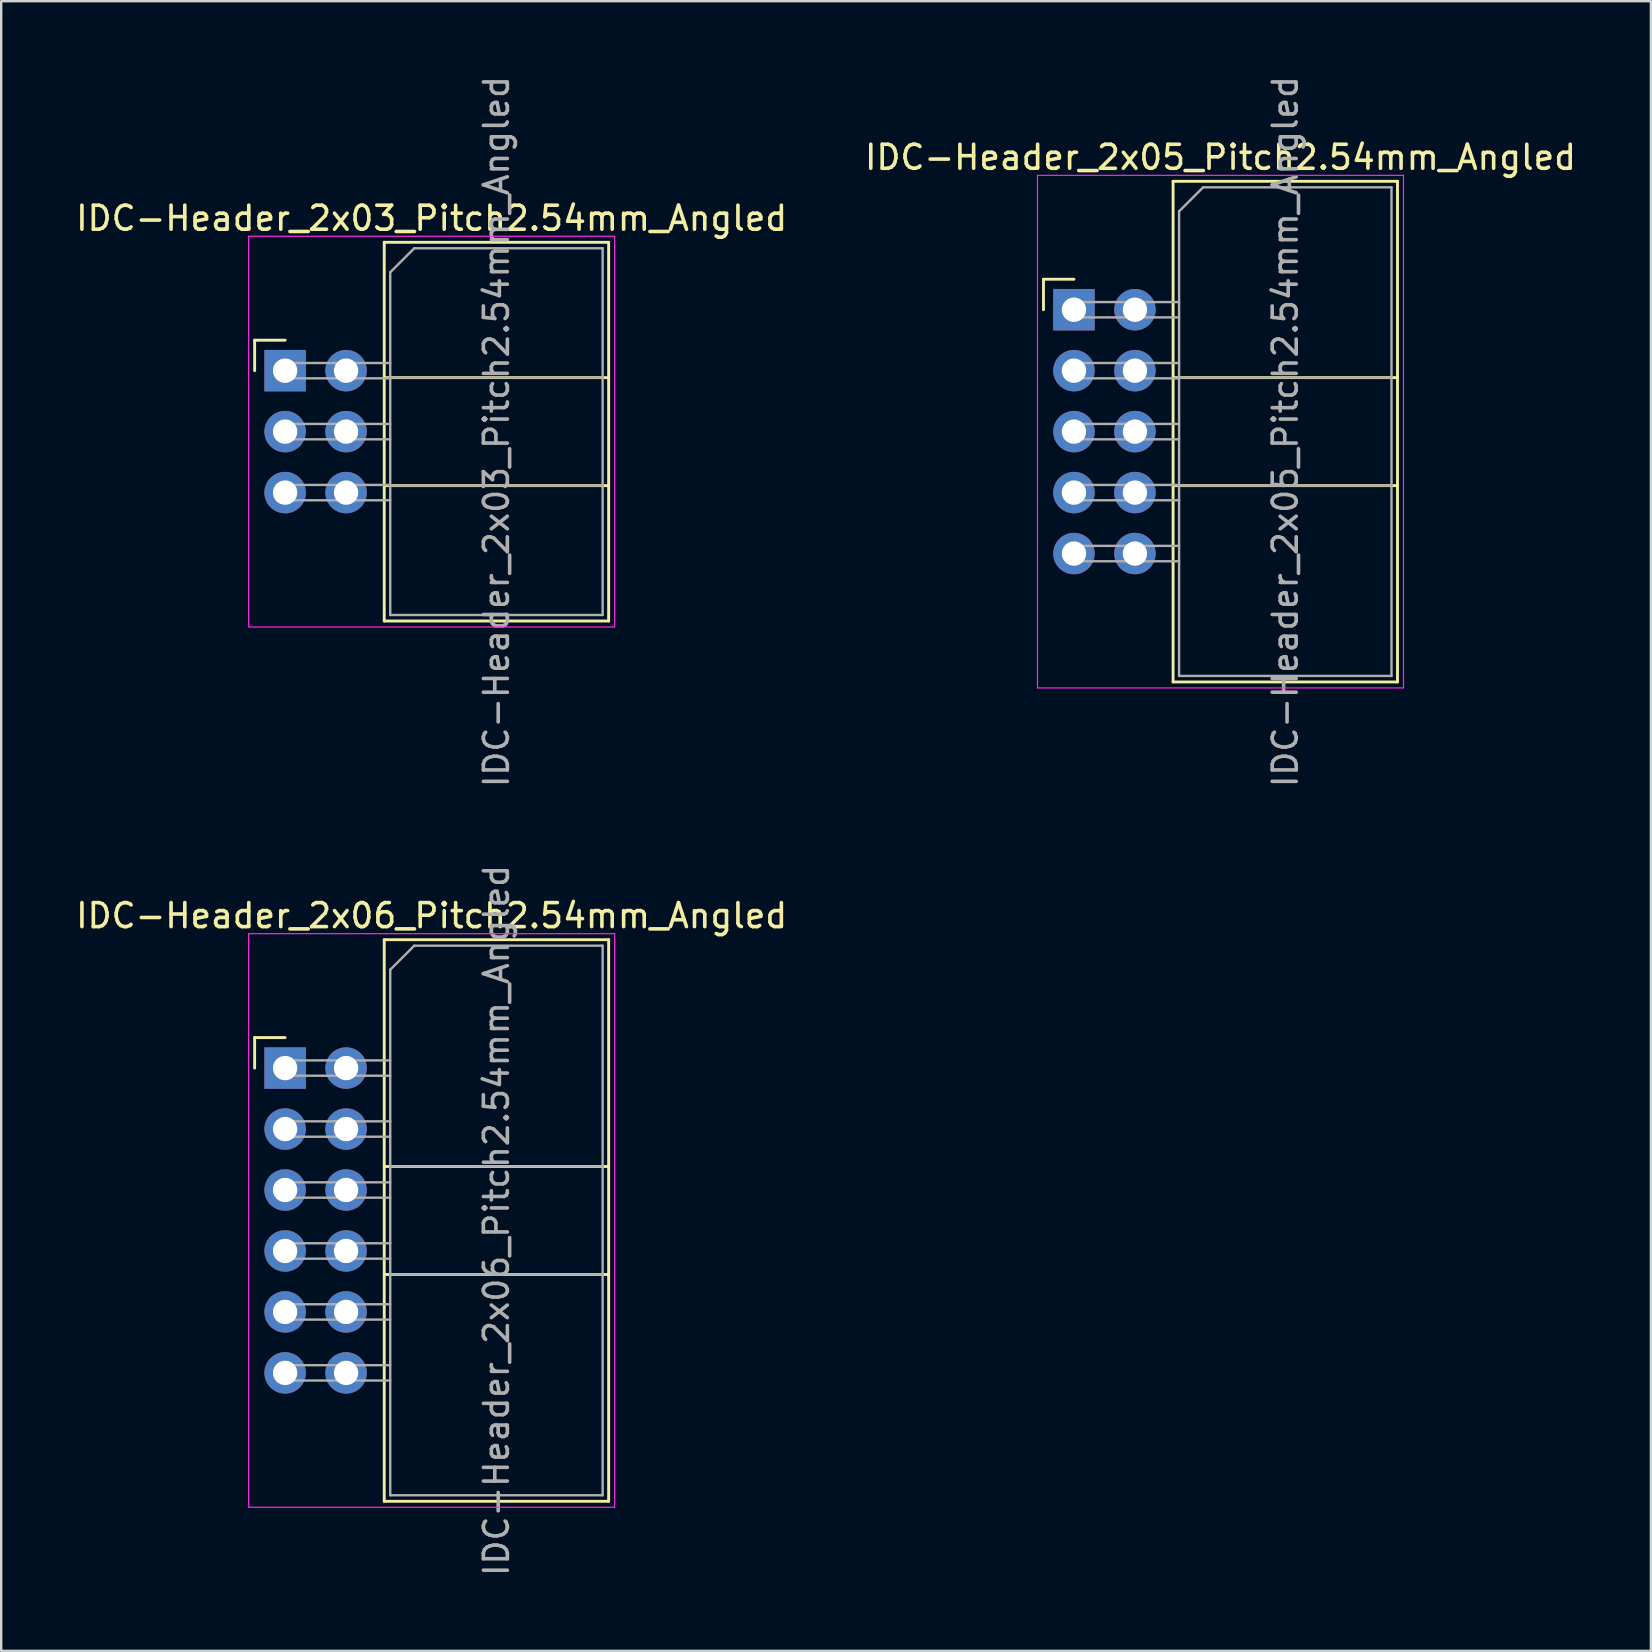
<source format=kicad_pcb>
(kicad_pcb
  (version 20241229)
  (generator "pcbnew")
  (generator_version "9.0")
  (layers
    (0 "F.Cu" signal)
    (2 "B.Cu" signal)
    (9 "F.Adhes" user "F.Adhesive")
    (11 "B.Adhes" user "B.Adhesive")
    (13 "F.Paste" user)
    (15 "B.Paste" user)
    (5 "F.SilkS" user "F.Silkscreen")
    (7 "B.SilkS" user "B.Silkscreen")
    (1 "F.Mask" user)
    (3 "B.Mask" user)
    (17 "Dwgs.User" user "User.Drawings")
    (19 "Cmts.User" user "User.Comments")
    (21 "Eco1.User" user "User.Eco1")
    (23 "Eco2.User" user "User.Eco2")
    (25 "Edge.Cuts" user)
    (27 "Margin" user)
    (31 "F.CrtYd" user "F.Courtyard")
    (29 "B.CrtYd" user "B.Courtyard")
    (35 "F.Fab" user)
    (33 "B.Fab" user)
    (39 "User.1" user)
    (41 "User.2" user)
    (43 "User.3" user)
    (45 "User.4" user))
  (footprint "IDC-Header_2x03_Pitch2.54mm_Angled"
    (layer "F.Cu")
    (at 8.83 12.395)
    (property "Reference" "IDC-Header_2x03_Pitch2.54mm_Angled" (at 6.105 -6.35 0) (layer "F.SilkS") (effects (font (size 1 1) (thickness 0.15))))
    (attr through_hole)
    (fp_line (start -1.27 -1.27) (end -1.27 0) (stroke (width 0.12) (type solid)) (layer "F.SilkS"))
    (fp_line (start 0 -1.27) (end -1.27 -1.27) (stroke (width 0.12) (type solid)) (layer "F.SilkS"))
    (fp_line (start 4.13 -5.35) (end 13.48 -5.35) (stroke (width 0.12) (type solid)) (layer "F.SilkS"))
    (fp_line (start 4.13 0.29) (end 13.48 0.29) (stroke (width 0.12) (type solid)) (layer "F.SilkS"))
    (fp_line (start 4.13 4.79) (end 13.48 4.79) (stroke (width 0.12) (type solid)) (layer "F.SilkS"))
    (fp_line (start 4.13 10.43) (end 4.13 -5.35) (stroke (width 0.12) (type solid)) (layer "F.SilkS"))
    (fp_line (start 4.13 10.43) (end 13.48 10.43) (stroke (width 0.12) (type solid)) (layer "F.SilkS"))
    (fp_line (start 13.48 -5.35) (end 13.48 10.43) (stroke (width 0.12) (type solid)) (layer "F.SilkS"))
    (fp_line (start -1.52 -5.6) (end 13.73 -5.6) (stroke (width 0.05) (type solid)) (layer "F.CrtYd"))
    (fp_line (start -1.52 10.66) (end -1.52 -5.6) (stroke (width 0.05) (type solid)) (layer "F.CrtYd"))
    (fp_line (start 13.73 -5.6) (end 13.73 10.68) (stroke (width 0.05) (type solid)) (layer "F.CrtYd"))
    (fp_line (start 13.73 10.68) (end -1.52 10.68) (stroke (width 0.05) (type solid)) (layer "F.CrtYd"))
    (fp_line (start -0.32 -0.32) (end -0.32 0.32) (stroke (width 0.1) (type solid)) (layer "F.Fab"))
    (fp_line (start -0.32 0.32) (end 4.38 0.32) (stroke (width 0.1) (type solid)) (layer "F.Fab"))
    (fp_line (start -0.32 2.22) (end -0.32 2.86) (stroke (width 0.1) (type solid)) (layer "F.Fab"))
    (fp_line (start -0.32 2.86) (end 4.38 2.86) (stroke (width 0.1) (type solid)) (layer "F.Fab"))
    (fp_line (start -0.32 4.76) (end -0.32 5.4) (stroke (width 0.1) (type solid)) (layer "F.Fab"))
    (fp_line (start -0.32 5.4) (end 4.38 5.4) (stroke (width 0.1) (type solid)) (layer "F.Fab"))
    (fp_line (start 4.38 -4.1) (end 5.38 -5.1) (stroke (width 0.1) (type solid)) (layer "F.Fab"))
    (fp_line (start 4.38 -0.32) (end -0.32 -0.32) (stroke (width 0.1) (type solid)) (layer "F.Fab"))
    (fp_line (start 4.38 0.29) (end 13.23 0.29) (stroke (width 0.1) (type solid)) (layer "F.Fab"))
    (fp_line (start 4.38 2.22) (end -0.32 2.22) (stroke (width 0.1) (type solid)) (layer "F.Fab"))
    (fp_line (start 4.38 4.76) (end -0.32 4.76) (stroke (width 0.1) (type solid)) (layer "F.Fab"))
    (fp_line (start 4.38 4.79) (end 13.23 4.79) (stroke (width 0.1) (type solid)) (layer "F.Fab"))
    (fp_line (start 4.38 10.18) (end 4.38 -4.1) (stroke (width 0.1) (type solid)) (layer "F.Fab"))
    (fp_line (start 4.38 10.18) (end 13.23 10.18) (stroke (width 0.1) (type solid)) (layer "F.Fab"))
    (fp_line (start 5.38 -5.1) (end 13.23 -5.1) (stroke (width 0.1) (type solid)) (layer "F.Fab"))
    (fp_line (start 13.23 10.18) (end 13.23 -5.1) (stroke (width 0.1) (type solid)) (layer "F.Fab"))
    (fp_text user "${REFERENCE}" (at 8.805 2.54 90) (layer "F.Fab") (effects (font (size 1 1) (thickness 0.15))))
    (pad "1" thru_hole rect (at 0 0) (size 1.727 1.727) (drill 1.016) (layers "*.Cu" "*.Mask"))
    (pad "2" thru_hole oval (at 2.54 0) (size 1.727 1.727) (drill 1.016) (layers "*.Cu" "*.Mask"))
    (pad "3" thru_hole oval (at 0 2.54) (size 1.727 1.727) (drill 1.016) (layers "*.Cu" "*.Mask"))
    (pad "4" thru_hole oval (at 2.54 2.54) (size 1.727 1.727) (drill 1.016) (layers "*.Cu" "*.Mask"))
    (pad "5" thru_hole oval (at 0 5.08) (size 1.727 1.727) (drill 1.016) (layers "*.Cu" "*.Mask"))
    (pad "6" thru_hole oval (at 2.54 5.08) (size 1.727 1.727) (drill 1.016) (layers "*.Cu" "*.Mask")))
  (footprint "IDC-Header_2x05_Pitch2.54mm_Angled"
    (layer "F.Cu")
    (at 41.699 9.855)
    (property "Reference" "IDC-Header_2x05_Pitch2.54mm_Angled" (at 6.105 -6.35 0) (layer "F.SilkS") (effects (font (size 1 1) (thickness 0.15))))
    (attr through_hole)
    (fp_line (start -1.27 -1.27) (end -1.27 0) (stroke (width 0.12) (type solid)) (layer "F.SilkS"))
    (fp_line (start 0 -1.27) (end -1.27 -1.27) (stroke (width 0.12) (type solid)) (layer "F.SilkS"))
    (fp_line (start 4.13 -5.35) (end 13.48 -5.35) (stroke (width 0.12) (type solid)) (layer "F.SilkS"))
    (fp_line (start 4.13 2.83) (end 13.48 2.83) (stroke (width 0.12) (type solid)) (layer "F.SilkS"))
    (fp_line (start 4.13 7.33) (end 13.48 7.33) (stroke (width 0.12) (type solid)) (layer "F.SilkS"))
    (fp_line (start 4.13 15.51) (end 4.13 -5.35) (stroke (width 0.12) (type solid)) (layer "F.SilkS"))
    (fp_line (start 4.13 15.51) (end 13.48 15.51) (stroke (width 0.12) (type solid)) (layer "F.SilkS"))
    (fp_line (start 13.48 -5.35) (end 13.48 15.51) (stroke (width 0.12) (type solid)) (layer "F.SilkS"))
    (fp_line (start -1.52 -5.6) (end 13.73 -5.6) (stroke (width 0.05) (type solid)) (layer "F.CrtYd"))
    (fp_line (start -1.52 15.76) (end -1.52 -5.6) (stroke (width 0.05) (type solid)) (layer "F.CrtYd"))
    (fp_line (start 13.73 -5.6) (end 13.73 15.76) (stroke (width 0.05) (type solid)) (layer "F.CrtYd"))
    (fp_line (start 13.73 15.76) (end -1.52 15.76) (stroke (width 0.05) (type solid)) (layer "F.CrtYd"))
    (fp_line (start -0.32 -0.32) (end -0.32 0.32) (stroke (width 0.1) (type solid)) (layer "F.Fab"))
    (fp_line (start -0.32 0.32) (end 4.38 0.32) (stroke (width 0.1) (type solid)) (layer "F.Fab"))
    (fp_line (start -0.32 2.22) (end -0.32 2.86) (stroke (width 0.1) (type solid)) (layer "F.Fab"))
    (fp_line (start -0.32 2.86) (end 4.38 2.86) (stroke (width 0.1) (type solid)) (layer "F.Fab"))
    (fp_line (start -0.32 4.76) (end -0.32 5.4) (stroke (width 0.1) (type solid)) (layer "F.Fab"))
    (fp_line (start -0.32 5.4) (end 4.38 5.4) (stroke (width 0.1) (type solid)) (layer "F.Fab"))
    (fp_line (start -0.32 7.3) (end -0.32 7.94) (stroke (width 0.1) (type solid)) (layer "F.Fab"))
    (fp_line (start -0.32 7.94) (end 4.38 7.94) (stroke (width 0.1) (type solid)) (layer "F.Fab"))
    (fp_line (start -0.32 9.84) (end -0.32 10.48) (stroke (width 0.1) (type solid)) (layer "F.Fab"))
    (fp_line (start -0.32 10.48) (end 4.38 10.48) (stroke (width 0.1) (type solid)) (layer "F.Fab"))
    (fp_line (start 4.38 -4.1) (end 5.38 -5.1) (stroke (width 0.1) (type solid)) (layer "F.Fab"))
    (fp_line (start 4.38 -0.32) (end -0.32 -0.32) (stroke (width 0.1) (type solid)) (layer "F.Fab"))
    (fp_line (start 4.38 2.22) (end -0.32 2.22) (stroke (width 0.1) (type solid)) (layer "F.Fab"))
    (fp_line (start 4.38 2.83) (end 13.23 2.83) (stroke (width 0.1) (type solid)) (layer "F.Fab"))
    (fp_line (start 4.38 4.76) (end -0.32 4.76) (stroke (width 0.1) (type solid)) (layer "F.Fab"))
    (fp_line (start 4.38 7.3) (end -0.32 7.3) (stroke (width 0.1) (type solid)) (layer "F.Fab"))
    (fp_line (start 4.38 7.33) (end 13.23 7.33) (stroke (width 0.1) (type solid)) (layer "F.Fab"))
    (fp_line (start 4.38 9.84) (end -0.32 9.84) (stroke (width 0.1) (type solid)) (layer "F.Fab"))
    (fp_line (start 4.38 15.26) (end 4.38 -4.1) (stroke (width 0.1) (type solid)) (layer "F.Fab"))
    (fp_line (start 4.38 15.26) (end 13.23 15.26) (stroke (width 0.1) (type solid)) (layer "F.Fab"))
    (fp_line (start 5.38 -5.1) (end 13.23 -5.1) (stroke (width 0.1) (type solid)) (layer "F.Fab"))
    (fp_line (start 13.23 15.26) (end 13.23 -5.1) (stroke (width 0.1) (type solid)) (layer "F.Fab"))
    (fp_text user "${REFERENCE}" (at 8.805 5.08 90) (layer "F.Fab") (effects (font (size 1 1) (thickness 0.15))))
    (pad "1" thru_hole rect (at 0 0) (size 1.727 1.727) (drill 1.016) (layers "*.Cu" "*.Mask"))
    (pad "2" thru_hole oval (at 2.54 0) (size 1.727 1.727) (drill 1.016) (layers "*.Cu" "*.Mask"))
    (pad "3" thru_hole oval (at 0 2.54) (size 1.727 1.727) (drill 1.016) (layers "*.Cu" "*.Mask"))
    (pad "4" thru_hole oval (at 2.54 2.54) (size 1.727 1.727) (drill 1.016) (layers "*.Cu" "*.Mask"))
    (pad "5" thru_hole oval (at 0 5.08) (size 1.727 1.727) (drill 1.016) (layers "*.Cu" "*.Mask"))
    (pad "6" thru_hole oval (at 2.54 5.08) (size 1.727 1.727) (drill 1.016) (layers "*.Cu" "*.Mask"))
    (pad "7" thru_hole oval (at 0 7.62) (size 1.727 1.727) (drill 1.016) (layers "*.Cu" "*.Mask"))
    (pad "8" thru_hole oval (at 2.54 7.62) (size 1.727 1.727) (drill 1.016) (layers "*.Cu" "*.Mask"))
    (pad "9" thru_hole oval (at 0 10.16) (size 1.727 1.727) (drill 1.016) (layers "*.Cu" "*.Mask"))
    (pad "10" thru_hole oval (at 2.54 10.16) (size 1.727 1.727) (drill 1.016) (layers "*.Cu" "*.Mask")))
  (footprint "IDC-Header_2x06_Pitch2.54mm_Angled"
    (layer "F.Cu")
    (at 8.83 41.454)
    (property "Reference" "IDC-Header_2x06_Pitch2.54mm_Angled" (at 6.105 -6.35 0) (layer "F.SilkS") (effects (font (size 1 1) (thickness 0.15))))
    (attr through_hole)
    (fp_line (start -1.27 -1.27) (end -1.27 0) (stroke (width 0.12) (type solid)) (layer "F.SilkS"))
    (fp_line (start 0 -1.27) (end -1.27 -1.27) (stroke (width 0.12) (type solid)) (layer "F.SilkS"))
    (fp_line (start 4.13 -5.35) (end 13.48 -5.35) (stroke (width 0.12) (type solid)) (layer "F.SilkS"))
    (fp_line (start 4.13 4.1) (end 13.48 4.1) (stroke (width 0.12) (type solid)) (layer "F.SilkS"))
    (fp_line (start 4.13 8.6) (end 13.48 8.6) (stroke (width 0.12) (type solid)) (layer "F.SilkS"))
    (fp_line (start 4.13 18.05) (end 4.13 -5.35) (stroke (width 0.12) (type solid)) (layer "F.SilkS"))
    (fp_line (start 4.13 18.05) (end 13.48 18.05) (stroke (width 0.12) (type solid)) (layer "F.SilkS"))
    (fp_line (start 13.48 -5.35) (end 13.48 18.05) (stroke (width 0.12) (type solid)) (layer "F.SilkS"))
    (fp_line (start -1.52 -5.6) (end 13.73 -5.6) (stroke (width 0.05) (type solid)) (layer "F.CrtYd"))
    (fp_line (start -1.52 18.3) (end -1.52 -5.6) (stroke (width 0.05) (type solid)) (layer "F.CrtYd"))
    (fp_line (start 13.73 -5.6) (end 13.73 18.3) (stroke (width 0.05) (type solid)) (layer "F.CrtYd"))
    (fp_line (start 13.73 18.3) (end -1.52 18.3) (stroke (width 0.05) (type solid)) (layer "F.CrtYd"))
    (fp_line (start -0.32 -0.32) (end -0.32 0.32) (stroke (width 0.1) (type solid)) (layer "F.Fab"))
    (fp_line (start -0.32 0.32) (end 4.38 0.32) (stroke (width 0.1) (type solid)) (layer "F.Fab"))
    (fp_line (start -0.32 2.22) (end -0.32 2.86) (stroke (width 0.1) (type solid)) (layer "F.Fab"))
    (fp_line (start -0.32 2.86) (end 4.38 2.86) (stroke (width 0.1) (type solid)) (layer "F.Fab"))
    (fp_line (start -0.32 4.76) (end -0.32 5.4) (stroke (width 0.1) (type solid)) (layer "F.Fab"))
    (fp_line (start -0.32 5.4) (end 4.38 5.4) (stroke (width 0.1) (type solid)) (layer "F.Fab"))
    (fp_line (start -0.32 7.3) (end -0.32 7.94) (stroke (width 0.1) (type solid)) (layer "F.Fab"))
    (fp_line (start -0.32 7.94) (end 4.38 7.94) (stroke (width 0.1) (type solid)) (layer "F.Fab"))
    (fp_line (start -0.32 9.84) (end -0.32 10.48) (stroke (width 0.1) (type solid)) (layer "F.Fab"))
    (fp_line (start -0.32 10.48) (end 4.38 10.48) (stroke (width 0.1) (type solid)) (layer "F.Fab"))
    (fp_line (start -0.32 12.38) (end -0.32 13.02) (stroke (width 0.1) (type solid)) (layer "F.Fab"))
    (fp_line (start -0.32 13.02) (end 4.38 13.02) (stroke (width 0.1) (type solid)) (layer "F.Fab"))
    (fp_line (start 4.38 -4.1) (end 5.38 -5.1) (stroke (width 0.1) (type solid)) (layer "F.Fab"))
    (fp_line (start 4.38 -0.32) (end -0.32 -0.32) (stroke (width 0.1) (type solid)) (layer "F.Fab"))
    (fp_line (start 4.38 2.22) (end -0.32 2.22) (stroke (width 0.1) (type solid)) (layer "F.Fab"))
    (fp_line (start 4.38 4.1) (end 13.23 4.1) (stroke (width 0.1) (type solid)) (layer "F.Fab"))
    (fp_line (start 4.38 4.76) (end -0.32 4.76) (stroke (width 0.1) (type solid)) (layer "F.Fab"))
    (fp_line (start 4.38 7.3) (end -0.32 7.3) (stroke (width 0.1) (type solid)) (layer "F.Fab"))
    (fp_line (start 4.38 8.6) (end 13.23 8.6) (stroke (width 0.1) (type solid)) (layer "F.Fab"))
    (fp_line (start 4.38 9.84) (end -0.32 9.84) (stroke (width 0.1) (type solid)) (layer "F.Fab"))
    (fp_line (start 4.38 12.38) (end -0.32 12.38) (stroke (width 0.1) (type solid)) (layer "F.Fab"))
    (fp_line (start 4.38 17.8) (end 4.38 -4.1) (stroke (width 0.1) (type solid)) (layer "F.Fab"))
    (fp_line (start 4.38 17.8) (end 13.23 17.8) (stroke (width 0.1) (type solid)) (layer "F.Fab"))
    (fp_line (start 5.38 -5.1) (end 13.23 -5.1) (stroke (width 0.1) (type solid)) (layer "F.Fab"))
    (fp_line (start 13.23 17.8) (end 13.23 -5.1) (stroke (width 0.1) (type solid)) (layer "F.Fab"))
    (fp_text user "${REFERENCE}" (at 8.805 6.35 90) (layer "F.Fab") (effects (font (size 1 1) (thickness 0.15))))
    (pad "1" thru_hole rect (at 0 0) (size 1.727 1.727) (drill 1.016) (layers "*.Cu" "*.Mask"))
    (pad "2" thru_hole oval (at 2.54 0) (size 1.727 1.727) (drill 1.016) (layers "*.Cu" "*.Mask"))
    (pad "3" thru_hole oval (at 0 2.54) (size 1.727 1.727) (drill 1.016) (layers "*.Cu" "*.Mask"))
    (pad "4" thru_hole oval (at 2.54 2.54) (size 1.727 1.727) (drill 1.016) (layers "*.Cu" "*.Mask"))
    (pad "5" thru_hole oval (at 0 5.08) (size 1.727 1.727) (drill 1.016) (layers "*.Cu" "*.Mask"))
    (pad "6" thru_hole oval (at 2.54 5.08) (size 1.727 1.727) (drill 1.016) (layers "*.Cu" "*.Mask"))
    (pad "7" thru_hole oval (at 0 7.62) (size 1.727 1.727) (drill 1.016) (layers "*.Cu" "*.Mask"))
    (pad "8" thru_hole oval (at 2.54 7.62) (size 1.727 1.727) (drill 1.016) (layers "*.Cu" "*.Mask"))
    (pad "9" thru_hole oval (at 0 10.16) (size 1.727 1.727) (drill 1.016) (layers "*.Cu" "*.Mask"))
    (pad "10" thru_hole oval (at 2.54 10.16) (size 1.727 1.727) (drill 1.016) (layers "*.Cu" "*.Mask"))
    (pad "11" thru_hole oval (at 0 12.7) (size 1.727 1.727) (drill 1.016) (layers "*.Cu" "*.Mask"))
    (pad "12" thru_hole oval (at 2.54 12.7) (size 1.727 1.727) (drill 1.016) (layers "*.Cu" "*.Mask")))
  (gr_rect
    (start -3 -3)
    (end 65.738 65.738)
    (stroke (width 0.1) (type default))
    (fill no)
    (layer "Edge.Cuts")))
</source>
